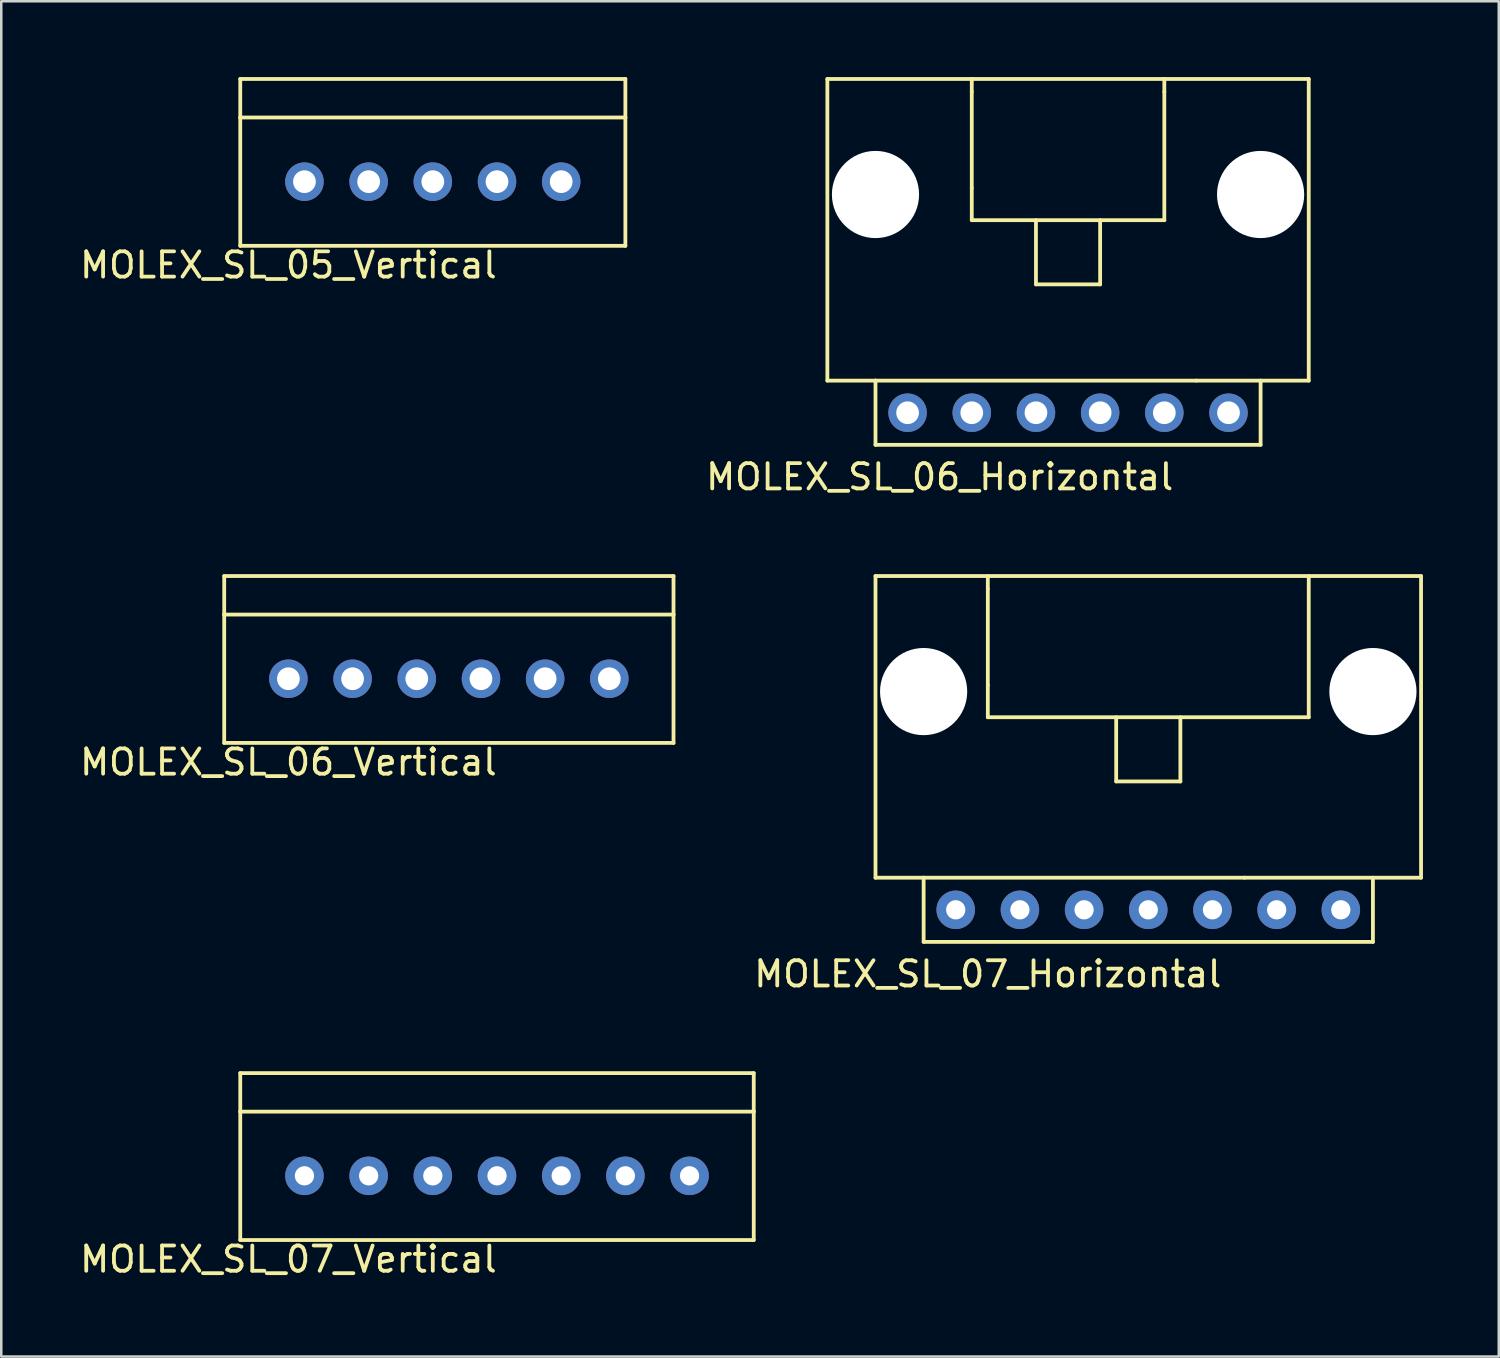
<source format=kicad_pcb>
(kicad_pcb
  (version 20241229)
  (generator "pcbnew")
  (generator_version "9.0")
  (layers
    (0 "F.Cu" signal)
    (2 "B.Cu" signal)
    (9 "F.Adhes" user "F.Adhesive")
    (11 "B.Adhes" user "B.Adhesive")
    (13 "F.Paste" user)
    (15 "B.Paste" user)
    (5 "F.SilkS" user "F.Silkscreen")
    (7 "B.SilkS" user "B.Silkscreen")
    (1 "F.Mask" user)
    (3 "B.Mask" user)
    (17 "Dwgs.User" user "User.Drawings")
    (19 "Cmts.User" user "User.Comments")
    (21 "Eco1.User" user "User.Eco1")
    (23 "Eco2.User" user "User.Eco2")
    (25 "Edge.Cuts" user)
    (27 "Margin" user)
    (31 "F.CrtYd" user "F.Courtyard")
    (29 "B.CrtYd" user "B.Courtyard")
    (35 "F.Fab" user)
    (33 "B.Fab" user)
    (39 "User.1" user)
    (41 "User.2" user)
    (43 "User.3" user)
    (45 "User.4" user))
  (footprint "MOLEX_SL_05_Vertical"
    (layer "F.Cu")
    (at 8.998 4.139)
    (property "Reference" "MOLEX_SL_05_Vertical" (at -0.635 3.302 0) (layer "F.SilkS") (effects (font (size 1 1) (thickness 0.15))))
    (attr through_hole)
    (fp_line (start -2.54 -4.064) (end -2.54 -2.54) (stroke (width 0.15) (type solid)) (layer "F.SilkS"))
    (fp_line (start -2.54 -2.54) (end 12.7 -2.54) (stroke (width 0.15) (type solid)) (layer "F.SilkS"))
    (fp_line (start -2.54 2.54) (end -2.54 -2.54) (stroke (width 0.15) (type solid)) (layer "F.SilkS"))
    (fp_line (start 12.7 -4.064) (end -2.54 -4.064) (stroke (width 0.15) (type solid)) (layer "F.SilkS"))
    (fp_line (start 12.7 -2.54) (end 12.7 -4.064) (stroke (width 0.15) (type solid)) (layer "F.SilkS"))
    (fp_line (start 12.7 2.54) (end -2.54 2.54) (stroke (width 0.15) (type solid)) (layer "F.SilkS"))
    (fp_line (start 12.7 2.54) (end 12.7 -2.54) (stroke (width 0.15) (type solid)) (layer "F.SilkS"))
    (pad "1" thru_hole circle (at 0 0) (size 1.524 1.524) (drill 0.9) (layers "*.Cu" "*.Mask"))
    (pad "2" thru_hole circle (at 2.54 0) (size 1.524 1.524) (drill 0.9) (layers "*.Cu" "*.Mask"))
    (pad "3" thru_hole circle (at 5.08 0) (size 1.524 1.524) (drill 0.9) (layers "*.Cu" "*.Mask"))
    (pad "4" thru_hole circle (at 7.62 0) (size 1.524 1.524) (drill 0.9) (layers "*.Cu" "*.Mask"))
    (pad "5" thru_hole circle (at 10.16 0) (size 1.524 1.524) (drill 0.9) (layers "*.Cu" "*.Mask")))
  (footprint "MOLEX_SL_07_Horizontal"
    (layer "F.Cu")
    (at 42.391 32.954)
    (property "Reference" "MOLEX_SL_07_Horizontal" (at -6.35 2.54 0) (layer "F.SilkS") (effects (font (size 1 1) (thickness 0.15))))
    (attr through_hole)
    (fp_line (start -10.795 -13.208) (end 10.795 -13.208) (stroke (width 0.15) (type solid)) (layer "F.SilkS"))
    (fp_line (start -10.795 -1.27) (end -10.795 -13.208) (stroke (width 0.15) (type solid)) (layer "F.SilkS"))
    (fp_line (start -8.89 -1.27) (end -10.795 -1.27) (stroke (width 0.15) (type solid)) (layer "F.SilkS"))
    (fp_line (start -8.89 -1.27) (end 3.81 -1.27) (stroke (width 0.15) (type solid)) (layer "F.SilkS"))
    (fp_line (start -8.89 1.27) (end -8.89 -1.27) (stroke (width 0.15) (type solid)) (layer "F.SilkS"))
    (fp_line (start -6.35 -13.208) (end -6.35 -12.7) (stroke (width 0.15) (type solid)) (layer "F.SilkS"))
    (fp_line (start -6.35 -8.89) (end -6.35 -12.7) (stroke (width 0.15) (type solid)) (layer "F.SilkS"))
    (fp_line (start -6.35 -8.89) (end -6.35 -7.62) (stroke (width 0.15) (type solid)) (layer "F.SilkS"))
    (fp_line (start -6.35 -7.62) (end 6.35 -7.62) (stroke (width 0.15) (type solid)) (layer "F.SilkS"))
    (fp_line (start -1.27 -7.62) (end -1.27 -5.08) (stroke (width 0.15) (type solid)) (layer "F.SilkS"))
    (fp_line (start -1.27 -5.08) (end 1.27 -5.08) (stroke (width 0.15) (type solid)) (layer "F.SilkS"))
    (fp_line (start 1.27 -5.08) (end 1.27 -7.62) (stroke (width 0.15) (type solid)) (layer "F.SilkS"))
    (fp_line (start 3.81 -1.27) (end 10.795 -1.27) (stroke (width 0.15) (type solid)) (layer "F.SilkS"))
    (fp_line (start 6.35 -7.62) (end 6.35 -13.208) (stroke (width 0.15) (type solid)) (layer "F.SilkS"))
    (fp_line (start 8.89 -1.27) (end 8.89 1.27) (stroke (width 0.15) (type solid)) (layer "F.SilkS"))
    (fp_line (start 8.89 1.27) (end -8.89 1.27) (stroke (width 0.15) (type solid)) (layer "F.SilkS"))
    (fp_line (start 10.795 -1.27) (end 10.795 -13.208) (stroke (width 0.15) (type solid)) (layer "F.SilkS"))
    (pad "" np_thru_hole circle (at -8.89 -8.636) (size 3.45 3.45) (drill 3.45) (layers "*.Cu" "*.Mask"))
    (pad "" np_thru_hole circle (at 8.89 -8.636) (size 3.45 3.45) (drill 3.45) (layers "*.Cu" "*.Mask"))
    (pad "1" thru_hole circle (at -7.62 0) (size 1.524 1.524) (drill 0.762) (layers "*.Cu" "*.Mask"))
    (pad "2" thru_hole circle (at -5.08 0) (size 1.524 1.524) (drill 0.762) (layers "*.Cu" "*.Mask"))
    (pad "3" thru_hole circle (at -2.54 0) (size 1.524 1.524) (drill 0.762) (layers "*.Cu" "*.Mask"))
    (pad "4" thru_hole circle (at 0 0) (size 1.524 1.524) (drill 0.762) (layers "*.Cu" "*.Mask"))
    (pad "5" thru_hole circle (at 2.54 0) (size 1.524 1.524) (drill 0.762) (layers "*.Cu" "*.Mask"))
    (pad "6" thru_hole circle (at 5.08 0) (size 1.524 1.524) (drill 0.762) (layers "*.Cu" "*.Mask"))
    (pad "7" thru_hole circle (at 7.62 0) (size 1.524 1.524) (drill 0.762) (layers "*.Cu" "*.Mask")))
  (footprint "MOLEX_SL_07_Vertical"
    (layer "F.Cu")
    (at 16.618 43.481)
    (property "Reference" "MOLEX_SL_07_Vertical" (at -8.255 3.302 0) (layer "F.SilkS") (effects (font (size 1 1) (thickness 0.15))))
    (attr through_hole)
    (fp_line (start -10.16 -4.064) (end -10.16 -2.54) (stroke (width 0.15) (type solid)) (layer "F.SilkS"))
    (fp_line (start -10.16 -2.54) (end 10.16 -2.54) (stroke (width 0.15) (type solid)) (layer "F.SilkS"))
    (fp_line (start -10.16 2.54) (end -10.16 -2.54) (stroke (width 0.15) (type solid)) (layer "F.SilkS"))
    (fp_line (start 10.16 -4.064) (end -10.16 -4.064) (stroke (width 0.15) (type solid)) (layer "F.SilkS"))
    (fp_line (start 10.16 -2.54) (end 10.16 -4.064) (stroke (width 0.15) (type solid)) (layer "F.SilkS"))
    (fp_line (start 10.16 2.54) (end -10.16 2.54) (stroke (width 0.15) (type solid)) (layer "F.SilkS"))
    (fp_line (start 10.16 2.54) (end 10.16 -2.54) (stroke (width 0.15) (type solid)) (layer "F.SilkS"))
    (pad "1" thru_hole circle (at -7.62 0) (size 1.524 1.524) (drill 0.762) (layers "*.Cu" "*.Mask"))
    (pad "2" thru_hole circle (at -5.08 0) (size 1.524 1.524) (drill 0.762) (layers "*.Cu" "*.Mask"))
    (pad "3" thru_hole circle (at -2.54 0) (size 1.524 1.524) (drill 0.762) (layers "*.Cu" "*.Mask"))
    (pad "4" thru_hole circle (at 0 0) (size 1.524 1.524) (drill 0.762) (layers "*.Cu" "*.Mask"))
    (pad "5" thru_hole circle (at 2.54 0) (size 1.524 1.524) (drill 0.762) (layers "*.Cu" "*.Mask"))
    (pad "6" thru_hole circle (at 5.08 0) (size 1.524 1.524) (drill 0.762) (layers "*.Cu" "*.Mask"))
    (pad "7" thru_hole circle (at 7.62 0) (size 1.524 1.524) (drill 0.762) (layers "*.Cu" "*.Mask")))
  (footprint "MOLEX_SL_06_Horizontal"
    (layer "F.Cu")
    (at 32.866 13.283)
    (property "Reference" "MOLEX_SL_06_Horizontal" (at 1.27 2.54 0) (layer "F.SilkS") (effects (font (size 1 1) (thickness 0.15))))
    (attr through_hole)
    (fp_line (start -3.175 -13.208) (end 15.875 -13.208) (stroke (width 0.15) (type solid)) (layer "F.SilkS"))
    (fp_line (start -3.175 -1.27) (end -3.175 -13.208) (stroke (width 0.15) (type solid)) (layer "F.SilkS"))
    (fp_line (start -1.27 -1.27) (end -3.175 -1.27) (stroke (width 0.15) (type solid)) (layer "F.SilkS"))
    (fp_line (start -1.27 -1.27) (end 11.43 -1.27) (stroke (width 0.15) (type solid)) (layer "F.SilkS"))
    (fp_line (start -1.27 1.27) (end -1.27 -1.27) (stroke (width 0.15) (type solid)) (layer "F.SilkS"))
    (fp_line (start 2.54 -13.208) (end 2.54 -12.7) (stroke (width 0.15) (type solid)) (layer "F.SilkS"))
    (fp_line (start 2.54 -8.89) (end 2.54 -12.7) (stroke (width 0.15) (type solid)) (layer "F.SilkS"))
    (fp_line (start 2.54 -8.89) (end 2.54 -7.62) (stroke (width 0.15) (type solid)) (layer "F.SilkS"))
    (fp_line (start 2.54 -7.62) (end 10.16 -7.62) (stroke (width 0.15) (type solid)) (layer "F.SilkS"))
    (fp_line (start 5.08 -7.62) (end 5.08 -5.08) (stroke (width 0.15) (type solid)) (layer "F.SilkS"))
    (fp_line (start 5.08 -5.08) (end 7.62 -5.08) (stroke (width 0.15) (type solid)) (layer "F.SilkS"))
    (fp_line (start 7.62 -5.08) (end 7.62 -7.62) (stroke (width 0.15) (type solid)) (layer "F.SilkS"))
    (fp_line (start 10.16 -12.7) (end 10.16 -13.208) (stroke (width 0.15) (type solid)) (layer "F.SilkS"))
    (fp_line (start 10.16 -7.62) (end 10.16 -12.7) (stroke (width 0.15) (type solid)) (layer "F.SilkS"))
    (fp_line (start 11.43 -1.27) (end 15.875 -1.27) (stroke (width 0.15) (type solid)) (layer "F.SilkS"))
    (fp_line (start 13.97 -1.27) (end 13.97 1.27) (stroke (width 0.15) (type solid)) (layer "F.SilkS"))
    (fp_line (start 13.97 1.27) (end -1.27 1.27) (stroke (width 0.15) (type solid)) (layer "F.SilkS"))
    (fp_line (start 15.875 -1.27) (end 15.875 -13.208) (stroke (width 0.15) (type solid)) (layer "F.SilkS"))
    (pad "" np_thru_hole circle (at -1.27 -8.636) (size 3.45 3.45) (drill 3.45) (layers "*.Cu" "*.Mask"))
    (pad "" np_thru_hole circle (at 13.97 -8.636) (size 3.45 3.45) (drill 3.45) (layers "*.Cu" "*.Mask"))
    (pad "1" thru_hole circle (at 0 0) (size 1.524 1.524) (drill 0.9) (layers "*.Cu" "*.Mask"))
    (pad "2" thru_hole circle (at 2.54 0) (size 1.524 1.524) (drill 0.9) (layers "*.Cu" "*.Mask"))
    (pad "3" thru_hole circle (at 5.08 0) (size 1.524 1.524) (drill 0.9) (layers "*.Cu" "*.Mask"))
    (pad "4" thru_hole circle (at 7.62 0) (size 1.524 1.524) (drill 0.9) (layers "*.Cu" "*.Mask"))
    (pad "5" thru_hole circle (at 10.16 0) (size 1.524 1.524) (drill 0.9) (layers "*.Cu" "*.Mask"))
    (pad "6" thru_hole circle (at 12.7 0) (size 1.524 1.524) (drill 0.9) (layers "*.Cu" "*.Mask")))
  (footprint "MOLEX_SL_06_Vertical"
    (layer "F.Cu")
    (at 8.363 23.81)
    (property "Reference" "MOLEX_SL_06_Vertical" (at 0 3.302 0) (layer "F.SilkS") (effects (font (size 1 1) (thickness 0.15))))
    (attr through_hole)
    (fp_line (start -2.54 -4.064) (end -2.54 -2.54) (stroke (width 0.15) (type solid)) (layer "F.SilkS"))
    (fp_line (start -2.54 -2.54) (end 15.24 -2.54) (stroke (width 0.15) (type solid)) (layer "F.SilkS"))
    (fp_line (start -2.54 2.54) (end -2.54 -2.54) (stroke (width 0.15) (type solid)) (layer "F.SilkS"))
    (fp_line (start 15.24 -4.064) (end -2.54 -4.064) (stroke (width 0.15) (type solid)) (layer "F.SilkS"))
    (fp_line (start 15.24 -2.54) (end 15.24 -4.064) (stroke (width 0.15) (type solid)) (layer "F.SilkS"))
    (fp_line (start 15.24 2.54) (end -2.54 2.54) (stroke (width 0.15) (type solid)) (layer "F.SilkS"))
    (fp_line (start 15.24 2.54) (end 15.24 -2.54) (stroke (width 0.15) (type solid)) (layer "F.SilkS"))
    (pad "1" thru_hole circle (at 0 0) (size 1.524 1.524) (drill 0.9) (layers "*.Cu" "*.Mask"))
    (pad "2" thru_hole circle (at 2.54 0) (size 1.524 1.524) (drill 0.9) (layers "*.Cu" "*.Mask"))
    (pad "3" thru_hole circle (at 5.08 0) (size 1.524 1.524) (drill 0.9) (layers "*.Cu" "*.Mask"))
    (pad "4" thru_hole circle (at 7.62 0) (size 1.524 1.524) (drill 0.9) (layers "*.Cu" "*.Mask"))
    (pad "5" thru_hole circle (at 10.16 0) (size 1.524 1.524) (drill 0.9) (layers "*.Cu" "*.Mask"))
    (pad "6" thru_hole circle (at 12.7 0) (size 1.524 1.524) (drill 0.9) (layers "*.Cu" "*.Mask")))
  (gr_rect
    (start -3 -3)
    (end 56.261 50.632)
    (stroke (width 0.1) (type default))
    (fill no)
    (layer "Edge.Cuts")))
</source>
